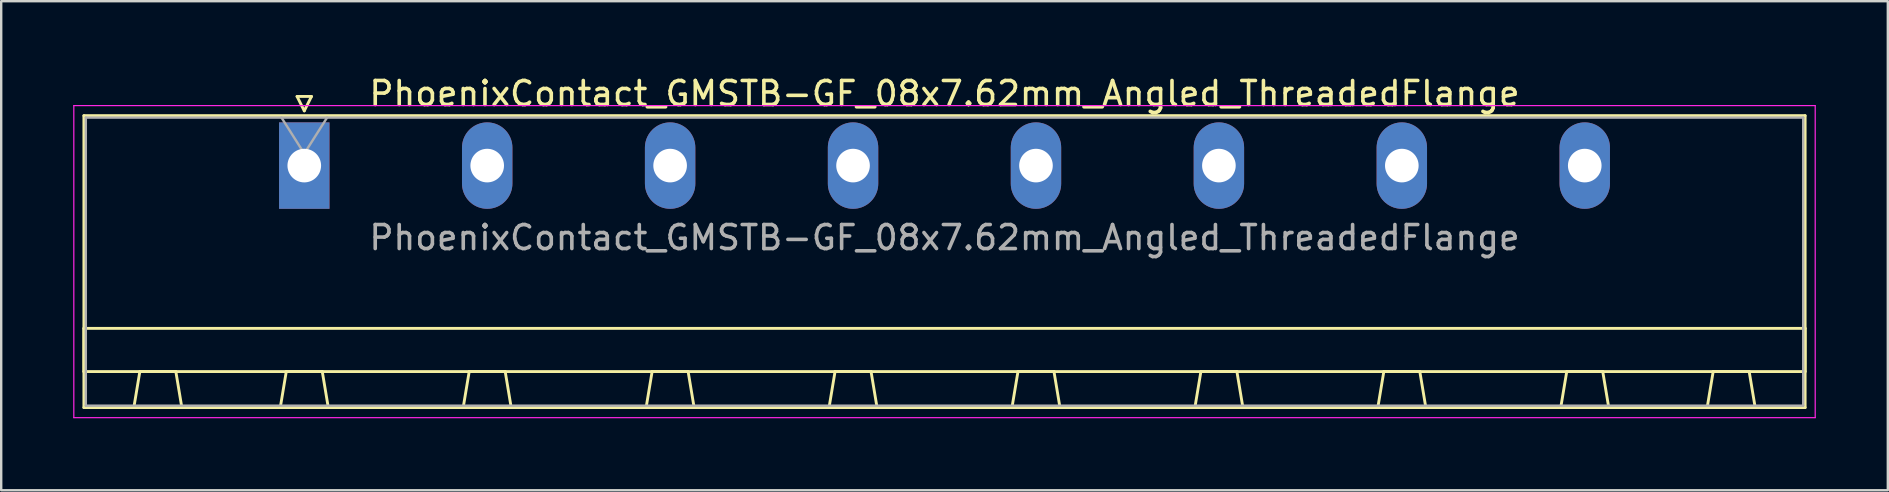
<source format=kicad_pcb>
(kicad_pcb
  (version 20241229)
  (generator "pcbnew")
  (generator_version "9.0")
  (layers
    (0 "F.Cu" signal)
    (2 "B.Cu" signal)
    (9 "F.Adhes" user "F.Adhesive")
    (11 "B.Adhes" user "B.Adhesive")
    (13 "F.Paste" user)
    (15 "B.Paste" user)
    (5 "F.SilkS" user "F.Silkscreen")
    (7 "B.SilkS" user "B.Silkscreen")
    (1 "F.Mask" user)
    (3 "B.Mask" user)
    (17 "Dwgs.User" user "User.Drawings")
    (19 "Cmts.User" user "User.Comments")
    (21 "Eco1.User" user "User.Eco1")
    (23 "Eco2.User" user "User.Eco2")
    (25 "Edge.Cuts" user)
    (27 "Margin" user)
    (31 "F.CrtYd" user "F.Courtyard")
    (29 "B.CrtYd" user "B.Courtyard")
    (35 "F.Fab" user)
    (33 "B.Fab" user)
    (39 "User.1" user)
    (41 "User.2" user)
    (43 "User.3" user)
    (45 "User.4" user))
  (footprint "PhoenixContact_GMSTB-GF_08x7.62mm_Angled_ThreadedFlange"
    (layer "F.Cu")
    (at 9.625 3.848)
    (property "Reference" "PhoenixContact_GMSTB-GF_08x7.62mm_Angled_ThreadedFlange" (at 26.67 -3 0) (layer "F.SilkS") (effects (font (size 1 1) (thickness 0.15))))
    (attr through_hole)
    (fp_line (start -9.18 -2.08) (end -9.18 10.08) (stroke (width 0.12) (type solid)) (layer "F.SilkS"))
    (fp_line (start -9.18 6.78) (end 62.52 6.78) (stroke (width 0.12) (type solid)) (layer "F.SilkS"))
    (fp_line (start -9.18 8.58) (end -9.18 6.78) (stroke (width 0.12) (type solid)) (layer "F.SilkS"))
    (fp_line (start -9.18 10.08) (end 62.52 10.08) (stroke (width 0.12) (type solid)) (layer "F.SilkS"))
    (fp_line (start -7.1 10.08) (end -5.1 10.08) (stroke (width 0.12) (type solid)) (layer "F.SilkS"))
    (fp_line (start -6.85 8.58) (end -7.1 10.08) (stroke (width 0.12) (type solid)) (layer "F.SilkS"))
    (fp_line (start -5.35 8.58) (end -6.85 8.58) (stroke (width 0.12) (type solid)) (layer "F.SilkS"))
    (fp_line (start -5.1 10.08) (end -5.35 8.58) (stroke (width 0.12) (type solid)) (layer "F.SilkS"))
    (fp_line (start -1 10.08) (end 1 10.08) (stroke (width 0.12) (type solid)) (layer "F.SilkS"))
    (fp_line (start -0.75 8.58) (end -1 10.08) (stroke (width 0.12) (type solid)) (layer "F.SilkS"))
    (fp_line (start -0.3 -2.88) (end 0.3 -2.88) (stroke (width 0.12) (type solid)) (layer "F.SilkS"))
    (fp_line (start 0 -2.28) (end -0.3 -2.88) (stroke (width 0.12) (type solid)) (layer "F.SilkS"))
    (fp_line (start 0.3 -2.88) (end 0 -2.28) (stroke (width 0.12) (type solid)) (layer "F.SilkS"))
    (fp_line (start 0.75 8.58) (end -0.75 8.58) (stroke (width 0.12) (type solid)) (layer "F.SilkS"))
    (fp_line (start 1 10.08) (end 0.75 8.58) (stroke (width 0.12) (type solid)) (layer "F.SilkS"))
    (fp_line (start 6.62 10.08) (end 8.62 10.08) (stroke (width 0.12) (type solid)) (layer "F.SilkS"))
    (fp_line (start 6.87 8.58) (end 6.62 10.08) (stroke (width 0.12) (type solid)) (layer "F.SilkS"))
    (fp_line (start 8.37 8.58) (end 6.87 8.58) (stroke (width 0.12) (type solid)) (layer "F.SilkS"))
    (fp_line (start 8.62 10.08) (end 8.37 8.58) (stroke (width 0.12) (type solid)) (layer "F.SilkS"))
    (fp_line (start 14.24 10.08) (end 16.24 10.08) (stroke (width 0.12) (type solid)) (layer "F.SilkS"))
    (fp_line (start 14.49 8.58) (end 14.24 10.08) (stroke (width 0.12) (type solid)) (layer "F.SilkS"))
    (fp_line (start 15.99 8.58) (end 14.49 8.58) (stroke (width 0.12) (type solid)) (layer "F.SilkS"))
    (fp_line (start 16.24 10.08) (end 15.99 8.58) (stroke (width 0.12) (type solid)) (layer "F.SilkS"))
    (fp_line (start 21.86 10.08) (end 23.86 10.08) (stroke (width 0.12) (type solid)) (layer "F.SilkS"))
    (fp_line (start 22.11 8.58) (end 21.86 10.08) (stroke (width 0.12) (type solid)) (layer "F.SilkS"))
    (fp_line (start 23.61 8.58) (end 22.11 8.58) (stroke (width 0.12) (type solid)) (layer "F.SilkS"))
    (fp_line (start 23.86 10.08) (end 23.61 8.58) (stroke (width 0.12) (type solid)) (layer "F.SilkS"))
    (fp_line (start 29.48 10.08) (end 31.48 10.08) (stroke (width 0.12) (type solid)) (layer "F.SilkS"))
    (fp_line (start 29.73 8.58) (end 29.48 10.08) (stroke (width 0.12) (type solid)) (layer "F.SilkS"))
    (fp_line (start 31.23 8.58) (end 29.73 8.58) (stroke (width 0.12) (type solid)) (layer "F.SilkS"))
    (fp_line (start 31.48 10.08) (end 31.23 8.58) (stroke (width 0.12) (type solid)) (layer "F.SilkS"))
    (fp_line (start 37.1 10.08) (end 39.1 10.08) (stroke (width 0.12) (type solid)) (layer "F.SilkS"))
    (fp_line (start 37.35 8.58) (end 37.1 10.08) (stroke (width 0.12) (type solid)) (layer "F.SilkS"))
    (fp_line (start 38.85 8.58) (end 37.35 8.58) (stroke (width 0.12) (type solid)) (layer "F.SilkS"))
    (fp_line (start 39.1 10.08) (end 38.85 8.58) (stroke (width 0.12) (type solid)) (layer "F.SilkS"))
    (fp_line (start 44.72 10.08) (end 46.72 10.08) (stroke (width 0.12) (type solid)) (layer "F.SilkS"))
    (fp_line (start 44.97 8.58) (end 44.72 10.08) (stroke (width 0.12) (type solid)) (layer "F.SilkS"))
    (fp_line (start 46.47 8.58) (end 44.97 8.58) (stroke (width 0.12) (type solid)) (layer "F.SilkS"))
    (fp_line (start 46.72 10.08) (end 46.47 8.58) (stroke (width 0.12) (type solid)) (layer "F.SilkS"))
    (fp_line (start 52.34 10.08) (end 54.34 10.08) (stroke (width 0.12) (type solid)) (layer "F.SilkS"))
    (fp_line (start 52.59 8.58) (end 52.34 10.08) (stroke (width 0.12) (type solid)) (layer "F.SilkS"))
    (fp_line (start 54.09 8.58) (end 52.59 8.58) (stroke (width 0.12) (type solid)) (layer "F.SilkS"))
    (fp_line (start 54.34 10.08) (end 54.09 8.58) (stroke (width 0.12) (type solid)) (layer "F.SilkS"))
    (fp_line (start 58.44 10.08) (end 60.44 10.08) (stroke (width 0.12) (type solid)) (layer "F.SilkS"))
    (fp_line (start 58.69 8.58) (end 58.44 10.08) (stroke (width 0.12) (type solid)) (layer "F.SilkS"))
    (fp_line (start 60.19 8.58) (end 58.69 8.58) (stroke (width 0.12) (type solid)) (layer "F.SilkS"))
    (fp_line (start 60.44 10.08) (end 60.19 8.58) (stroke (width 0.12) (type solid)) (layer "F.SilkS"))
    (fp_line (start 62.52 -2.08) (end -9.18 -2.08) (stroke (width 0.12) (type solid)) (layer "F.SilkS"))
    (fp_line (start 62.52 6.78) (end 62.52 8.58) (stroke (width 0.12) (type solid)) (layer "F.SilkS"))
    (fp_line (start 62.52 8.58) (end -9.18 8.58) (stroke (width 0.12) (type solid)) (layer "F.SilkS"))
    (fp_line (start 62.52 10.08) (end 62.52 -2.08) (stroke (width 0.12) (type solid)) (layer "F.SilkS"))
    (fp_line (start -9.6 -2.5) (end -9.6 10.5) (stroke (width 0.05) (type solid)) (layer "F.CrtYd"))
    (fp_line (start -9.6 10.5) (end 62.94 10.5) (stroke (width 0.05) (type solid)) (layer "F.CrtYd"))
    (fp_line (start 62.94 -2.5) (end -9.6 -2.5) (stroke (width 0.05) (type solid)) (layer "F.CrtYd"))
    (fp_line (start 62.94 10.5) (end 62.94 -2.5) (stroke (width 0.05) (type solid)) (layer "F.CrtYd"))
    (fp_line (start -9.1 -2) (end -9.1 10) (stroke (width 0.1) (type solid)) (layer "F.Fab"))
    (fp_line (start -9.1 10) (end 62.44 10) (stroke (width 0.1) (type solid)) (layer "F.Fab"))
    (fp_line (start 0 -0.5) (end -0.95 -2) (stroke (width 0.1) (type solid)) (layer "F.Fab"))
    (fp_line (start 0.95 -2) (end 0 -0.5) (stroke (width 0.1) (type solid)) (layer "F.Fab"))
    (fp_line (start 62.44 -2) (end -9.1 -2) (stroke (width 0.1) (type solid)) (layer "F.Fab"))
    (fp_line (start 62.44 10) (end 62.44 -2) (stroke (width 0.1) (type solid)) (layer "F.Fab"))
    (fp_text user "${REFERENCE}" (at 26.67 3 0) (layer "F.Fab") (effects (font (size 1 1) (thickness 0.15))))
    (pad "1" thru_hole rect (at 0 0) (size 2.1 3.6) (drill 1.4) (layers "*.Cu" "*.Mask"))
    (pad "2" thru_hole oval (at 7.62 0) (size 2.1 3.6) (drill 1.4) (layers "*.Cu" "*.Mask"))
    (pad "3" thru_hole oval (at 15.24 0) (size 2.1 3.6) (drill 1.4) (layers "*.Cu" "*.Mask"))
    (pad "4" thru_hole oval (at 22.86 0) (size 2.1 3.6) (drill 1.4) (layers "*.Cu" "*.Mask"))
    (pad "5" thru_hole oval (at 30.48 0) (size 2.1 3.6) (drill 1.4) (layers "*.Cu" "*.Mask"))
    (pad "6" thru_hole oval (at 38.1 0) (size 2.1 3.6) (drill 1.4) (layers "*.Cu" "*.Mask"))
    (pad "7" thru_hole oval (at 45.72 0) (size 2.1 3.6) (drill 1.4) (layers "*.Cu" "*.Mask"))
    (pad "8" thru_hole oval (at 53.34 0) (size 2.1 3.6) (drill 1.4) (layers "*.Cu" "*.Mask")))
  (gr_rect
    (start -3 -3)
    (end 75.59 17.373)
    (stroke (width 0.1) (type default))
    (fill no)
    (layer "Edge.Cuts")))
</source>
